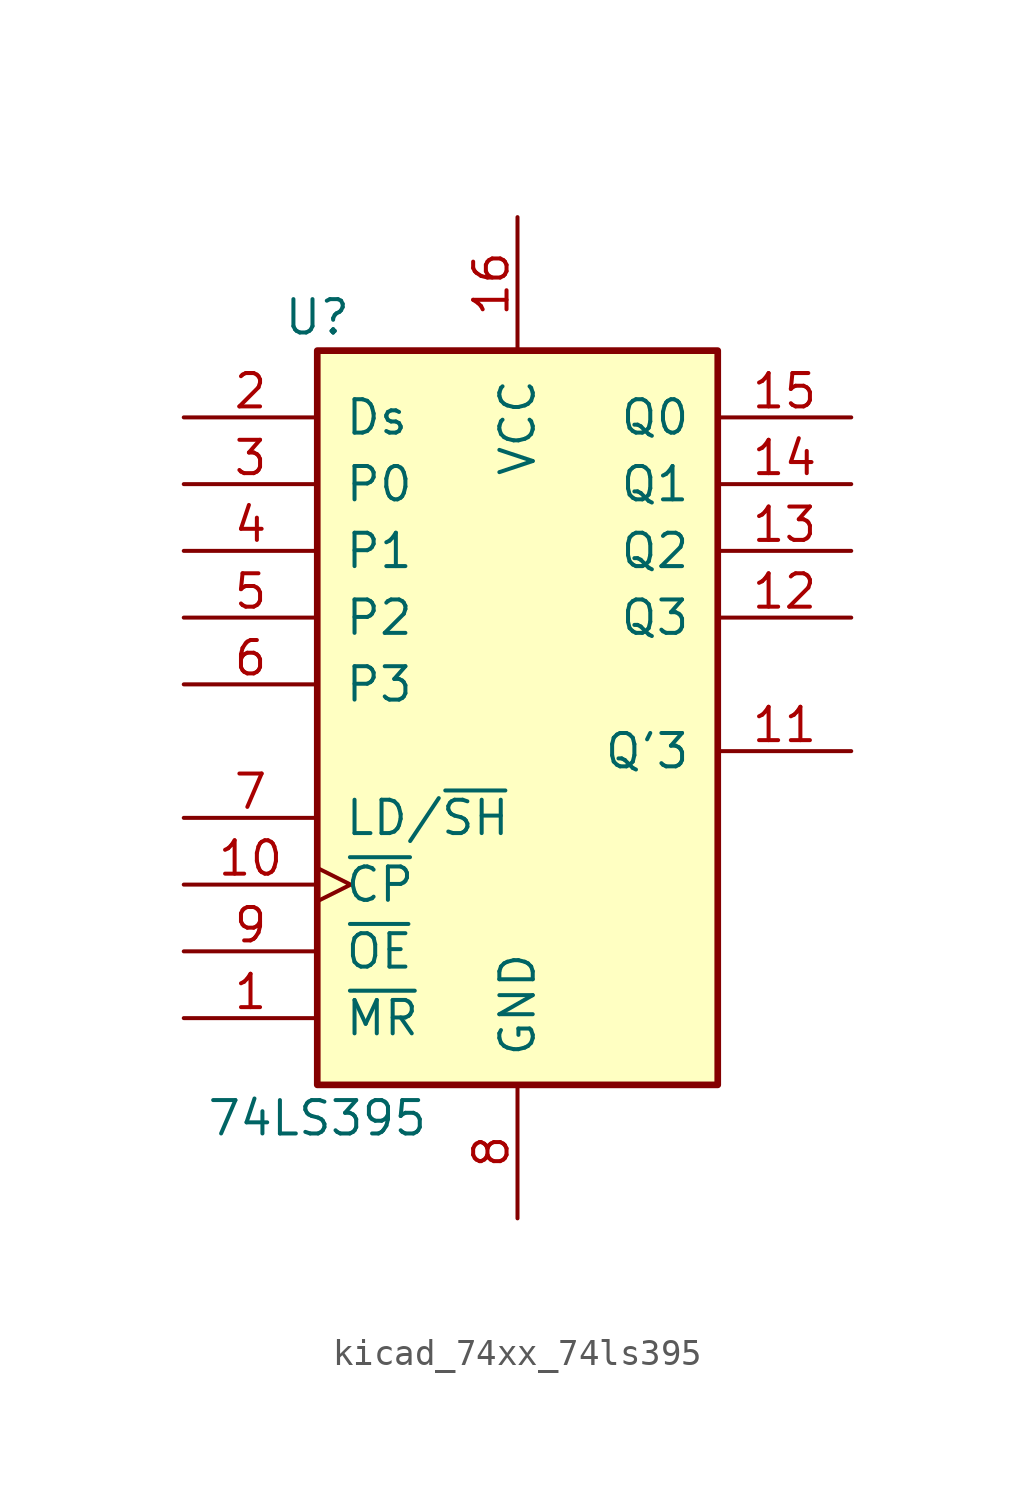
<source format=kicad_sym>
(kicad_symbol_lib
  (version 20220914)
  (generator kicad_symbol_editor)
  (symbol "kicad_74xx_74ls395"
    (pin_names
      (offset 1.016))
    (property "Reference" "U"
      (at -7.62 13.97 0)
      (effects (font (size 1.27 1.27))))
    (property "Value" "74LS395"
      (at -7.62 -16.51 0)
      (effects (font (size 1.27 1.27))))
    (property "ki_locked" ""
      (at 0 0 0)
      (effects (font (size 1.27 1.27))))
    (symbol "kicad_74xx_74ls395_1_0"
      (pin input line (at -12.7 -12.7 0) (length 5.08) (name "~{MR}" (effects (font (size 1.27 1.27)))) (number "1" (effects (font (size 1.27 1.27)))))
      (pin input clock (at -12.7 -7.62 0) (length 5.08) (name "~{CP}" (effects (font (size 1.27 1.27)))) (number "10" (effects (font (size 1.27 1.27)))))
      (pin output line (at 12.7 -2.54 180) (length 5.08) (name "Q'3" (effects (font (size 1.27 1.27)))) (number "11" (effects (font (size 1.27 1.27)))))
      (pin tri_state line (at 12.7 2.54 180) (length 5.08) (name "Q3" (effects (font (size 1.27 1.27)))) (number "12" (effects (font (size 1.27 1.27)))))
      (pin tri_state line (at 12.7 5.08 180) (length 5.08) (name "Q2" (effects (font (size 1.27 1.27)))) (number "13" (effects (font (size 1.27 1.27)))))
      (pin tri_state line (at 12.7 7.62 180) (length 5.08) (name "Q1" (effects (font (size 1.27 1.27)))) (number "14" (effects (font (size 1.27 1.27)))))
      (pin tri_state line (at 12.7 10.16 180) (length 5.08) (name "Q0" (effects (font (size 1.27 1.27)))) (number "15" (effects (font (size 1.27 1.27)))))
      (pin power_in line (at 0 17.78 270) (length 5.08) (name "VCC" (effects (font (size 1.27 1.27)))) (number "16" (effects (font (size 1.27 1.27)))))
      (pin input line (at -12.7 10.16 0) (length 5.08) (name "Ds" (effects (font (size 1.27 1.27)))) (number "2" (effects (font (size 1.27 1.27)))))
      (pin input line (at -12.7 7.62 0) (length 5.08) (name "P0" (effects (font (size 1.27 1.27)))) (number "3" (effects (font (size 1.27 1.27)))))
      (pin input line (at -12.7 5.08 0) (length 5.08) (name "P1" (effects (font (size 1.27 1.27)))) (number "4" (effects (font (size 1.27 1.27)))))
      (pin input line (at -12.7 2.54 0) (length 5.08) (name "P2" (effects (font (size 1.27 1.27)))) (number "5" (effects (font (size 1.27 1.27)))))
      (pin input line (at -12.7 0 0) (length 5.08) (name "P3" (effects (font (size 1.27 1.27)))) (number "6" (effects (font (size 1.27 1.27)))))
      (pin input line (at -12.7 -5.08 0) (length 5.08) (name "LD/~{SH}" (effects (font (size 1.27 1.27)))) (number "7" (effects (font (size 1.27 1.27)))))
      (pin power_in line (at 0 -20.32 90) (length 5.08) (name "GND" (effects (font (size 1.27 1.27)))) (number "8" (effects (font (size 1.27 1.27)))))
      (pin input line (at -12.7 -10.16 0) (length 5.08) (name "~{OE}" (effects (font (size 1.27 1.27)))) (number "9" (effects (font (size 1.27 1.27))))))
    (symbol "kicad_74xx_74ls395_1_1"
      (rectangle (start -7.62 12.7) (end 7.62 -15.24) (stroke (width 0.254) (type default)) (fill (type background))))))
</source>
